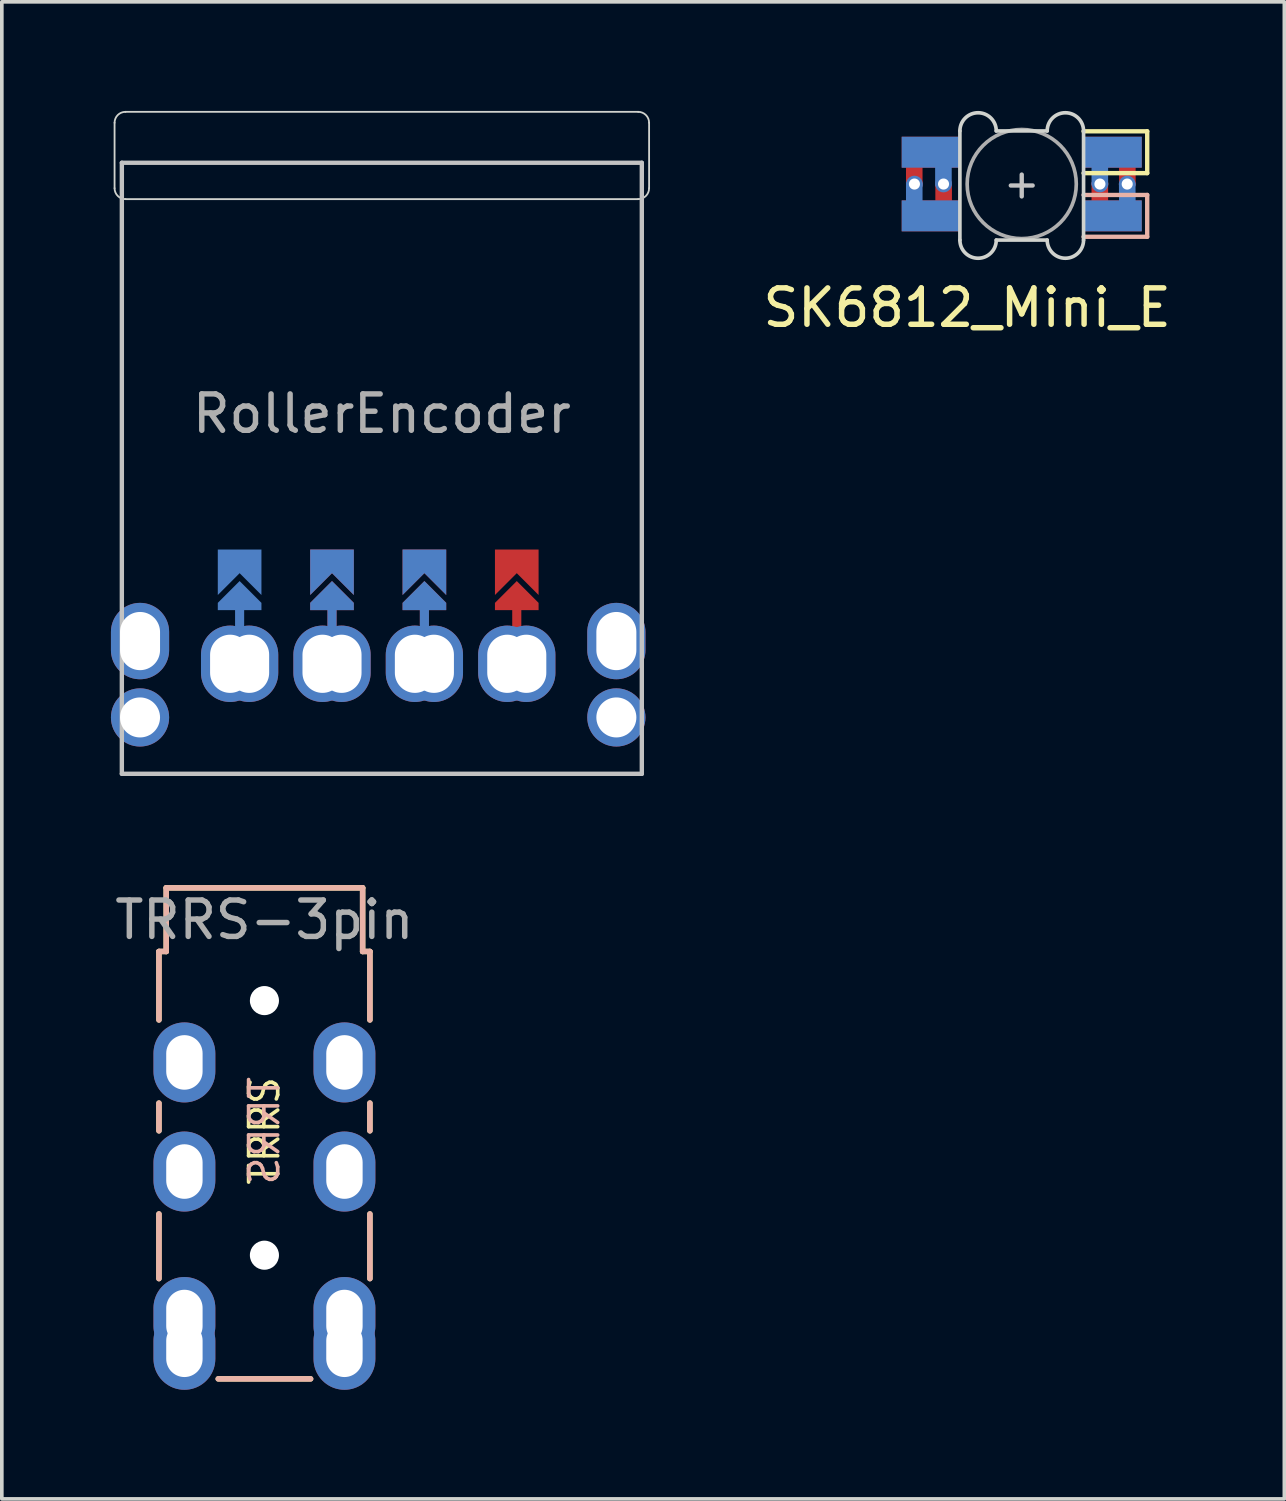
<source format=kicad_pcb>
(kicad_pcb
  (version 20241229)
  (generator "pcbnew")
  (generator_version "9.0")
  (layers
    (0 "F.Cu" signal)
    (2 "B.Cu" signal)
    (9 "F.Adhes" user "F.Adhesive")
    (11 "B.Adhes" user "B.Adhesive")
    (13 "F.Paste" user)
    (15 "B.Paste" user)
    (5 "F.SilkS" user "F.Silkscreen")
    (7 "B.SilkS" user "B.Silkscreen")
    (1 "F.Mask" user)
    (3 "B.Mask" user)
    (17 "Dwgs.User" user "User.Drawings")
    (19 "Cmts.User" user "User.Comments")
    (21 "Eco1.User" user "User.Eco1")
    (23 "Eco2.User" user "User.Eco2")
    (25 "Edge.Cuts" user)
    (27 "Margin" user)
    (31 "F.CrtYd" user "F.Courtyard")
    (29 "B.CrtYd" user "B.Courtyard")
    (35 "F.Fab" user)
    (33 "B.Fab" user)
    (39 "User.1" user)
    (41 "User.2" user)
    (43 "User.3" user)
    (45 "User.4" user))
  (footprint "TRRS-3pin"
    (layer "F.Cu")
    (at 4.22 22.96)
    (property "Reference" "TRRS-3pin" (at 0 -0.72 180) (layer "F.Fab") (effects (font (size 1 1) (thickness 0.15))))
    (fp_line (start -2.9 0.15) (end -2.7 0.15) (stroke (width 0.15) (type solid)) (layer "F.SilkS"))
    (fp_line (start -2.9 2.032) (end -2.9 0.15) (stroke (width 0.15) (type solid)) (layer "F.SilkS"))
    (fp_line (start -2.9 4.318) (end -2.9 5.08) (stroke (width 0.15) (type solid)) (layer "F.SilkS"))
    (fp_line (start -2.9 7.366) (end -2.9 9.144) (stroke (width 0.15) (type solid)) (layer "F.SilkS"))
    (fp_line (start -2.7 0.15) (end -2.7 -1.6) (stroke (width 0.15) (type solid)) (layer "F.SilkS"))
    (fp_line (start 1.27 11.9) (end -1.27 11.9) (stroke (width 0.15) (type solid)) (layer "F.SilkS"))
    (fp_line (start 2.7 -1.6) (end -2.7 -1.6) (stroke (width 0.15) (type solid)) (layer "F.SilkS"))
    (fp_line (start 2.7 0.15) (end 2.7 -1.6) (stroke (width 0.15) (type solid)) (layer "F.SilkS"))
    (fp_line (start 2.7 0.15) (end 2.9 0.15) (stroke (width 0.15) (type solid)) (layer "F.SilkS"))
    (fp_line (start 2.9 2.032) (end 2.9 0.15) (stroke (width 0.15) (type solid)) (layer "F.SilkS"))
    (fp_line (start 2.9 4.318) (end 2.9 5.08) (stroke (width 0.15) (type solid)) (layer "F.SilkS"))
    (fp_line (start 2.9 7.366) (end 2.9 9.144) (stroke (width 0.15) (type solid)) (layer "F.SilkS"))
    (fp_line (start -2.9 0.15) (end -2.9 2.032) (stroke (width 0.15) (type solid)) (layer "B.SilkS"))
    (fp_line (start -2.9 5.08) (end -2.9 4.318) (stroke (width 0.15) (type solid)) (layer "B.SilkS"))
    (fp_line (start -2.9 9.144) (end -2.9 7.366) (stroke (width 0.15) (type solid)) (layer "B.SilkS"))
    (fp_line (start -2.7 -1.6) (end 2.7 -1.6) (stroke (width 0.15) (type solid)) (layer "B.SilkS"))
    (fp_line (start -2.7 0.15) (end -2.9 0.15) (stroke (width 0.15) (type solid)) (layer "B.SilkS"))
    (fp_line (start -2.7 0.15) (end -2.7 -1.6) (stroke (width 0.15) (type solid)) (layer "B.SilkS"))
    (fp_line (start -1.27 11.9) (end 1.27 11.9) (stroke (width 0.15) (type solid)) (layer "B.SilkS"))
    (fp_line (start 2.7 0.15) (end 2.7 -1.6) (stroke (width 0.15) (type solid)) (layer "B.SilkS"))
    (fp_line (start 2.9 0.15) (end 2.7 0.15) (stroke (width 0.15) (type solid)) (layer "B.SilkS"))
    (fp_line (start 2.9 0.15) (end 2.9 2.032) (stroke (width 0.15) (type solid)) (layer "B.SilkS"))
    (fp_line (start 2.9 5.08) (end 2.9 4.318) (stroke (width 0.15) (type solid)) (layer "B.SilkS"))
    (fp_line (start 2.9 9.144) (end 2.9 7.366) (stroke (width 0.15) (type solid)) (layer "B.SilkS"))
    (fp_text user "TRRS" (at 0 5.08 90) (layer "F.SilkS") (effects (font (size 0.8 0.8) (thickness 0.1))))
    (fp_text user "TRRS" (at 0 5.08 90) (layer "B.SilkS") (effects (font (size 0.8 0.8) (thickness 0.1)) (justify mirror)))
    (pad "" np_thru_hole circle (at 0 1.5 180) (size 0.8 0.8) (drill 0.8) (layers "*.Cu" "*.Mask"))
    (pad "" np_thru_hole circle (at 0 8.5 180) (size 0.8 0.8) (drill 0.8) (layers "*.Cu" "*.Mask"))
    (pad "A" thru_hole oval (at -2.2 11.1 180) (size 1.7 2.2) (drill oval 1 1.5) (layers "*.Cu" "*.Mask"))
    (pad "A" thru_hole oval (at 2.2 11.1 180) (size 1.7 2.2) (drill oval 1 1.5) (layers "*.Cu" "*.Mask"))
    (pad "B" thru_hole oval (at -2.2 3.2 180) (size 1.7 2.2) (drill oval 1 1.5) (layers "*.Cu" "*.Mask"))
    (pad "B" thru_hole oval (at 2.2 3.2) (size 1.7 2.2) (drill oval 1 1.5) (layers "*.Cu" "*.Mask"))
    (pad "C" thru_hole oval (at -2.2 6.2 180) (size 1.7 2.2) (drill oval 1 1.5) (layers "*.Cu" "*.Mask"))
    (pad "C" thru_hole oval (at 2.2 6.2) (size 1.7 2.2) (drill oval 1 1.5) (layers "*.Cu" "*.Mask"))
    (pad "D" thru_hole oval (at -2.2 10.2 180) (size 1.7 2.2) (drill oval 1 1.5) (layers "*.Cu" "*.Mask"))
    (pad "D" thru_hole oval (at 2.2 10.2 180) (size 1.7 2.2) (drill oval 1 1.5) (layers "*.Cu" "*.Mask")))
  (footprint "SK6812_Mini_E"
    (layer "F.Cu")
    (at 25.041 1.91)
    (property "Reference" "SK6812_Mini_E" (at -1.5 3.5 180) (layer "F.SilkS") (effects (font (size 1 1) (thickness 0.15))))
    (attr through_hole)
    (fp_poly (pts (xy -3.25 -1.15) (xy -1.75 -1.15) (xy -1.75 -0.4) (xy -3.25 -0.4)) (stroke (width 0.1) (type solid)) (fill yes) (layer "F.Mask"))
    (fp_poly (pts (xy -3.25 0.6) (xy -1.75 0.6) (xy -1.75 1.35) (xy -3.25 1.35)) (stroke (width 0.1) (type solid)) (fill yes) (layer "F.Mask"))
    (fp_poly (pts (xy 1.75 0.6) (xy 3.25 0.6) (xy 3.25 1.35) (xy 1.75 1.35)) (stroke (width 0.1) (type solid)) (fill yes) (layer "F.Mask"))
    (fp_poly (pts (xy 1.75 -1.15) (xy 3 -1.15) (xy 3.25 -0.9) (xy 3.25 -0.4) (xy 1.75 -0.4)) (stroke (width 0.1) (type solid)) (fill yes) (layer "F.Mask"))
    (fp_poly (pts (xy -3.25 -1.15) (xy -1.75 -1.15) (xy -1.75 -0.4) (xy -3.25 -0.4)) (stroke (width 0.1) (type solid)) (fill yes) (layer "B.Mask"))
    (fp_poly (pts (xy -3.25 0.6) (xy -1.75 0.6) (xy -1.75 1.35) (xy -3.25 1.35)) (stroke (width 0.1) (type solid)) (fill yes) (layer "B.Mask"))
    (fp_poly (pts (xy 1.75 -1.15) (xy 3.25 -1.15) (xy 3.25 -0.4) (xy 1.75 -0.4)) (stroke (width 0.1) (type solid)) (fill yes) (layer "B.Mask"))
    (fp_poly (pts (xy 1.75 0.6) (xy 3.25 0.6) (xy 3.25 1.1) (xy 3 1.35) (xy 1.75 1.35)) (stroke (width 0.1) (type solid)) (fill yes) (layer "B.Mask"))
    (fp_line (start 3.45 -1.35) (end 1.7 -1.35) (stroke (width 0.12) (type solid)) (layer "F.SilkS"))
    (fp_line (start 3.45 -0.2) (end 1.7 -0.2) (stroke (width 0.12) (type solid)) (layer "F.SilkS"))
    (fp_line (start 3.45 -0.2) (end 3.45 -1.35) (stroke (width 0.12) (type solid)) (layer "F.SilkS"))
    (fp_line (start 1.7 0.4) (end 3.45 0.4) (stroke (width 0.12) (type solid)) (layer "B.SilkS"))
    (fp_line (start 1.7 1.55) (end 3.45 1.55) (stroke (width 0.12) (type solid)) (layer "B.SilkS"))
    (fp_line (start 3.45 1.55) (end 3.45 0.4) (stroke (width 0.12) (type solid)) (layer "B.SilkS"))
    (fp_line (start -0.3 0.14) (end 0.3 0.14) (stroke (width 0.12) (type solid)) (layer "Dwgs.User"))
    (fp_line (start 0 0.44) (end 0 -0.16) (stroke (width 0.12) (type solid)) (layer "Dwgs.User"))
    (fp_line (start -1.7 -1.36) (end -1.7 1.64) (stroke (width 0.1) (type solid)) (layer "Edge.Cuts"))
    (fp_line (start -0.7 -1.36) (end 0.7 -1.36) (stroke (width 0.1) (type solid)) (layer "Edge.Cuts"))
    (fp_line (start -0.7 1.64) (end 0.7 1.64) (stroke (width 0.1) (type solid)) (layer "Edge.Cuts"))
    (fp_line (start 1.7 1.64) (end 1.7 -1.36) (stroke (width 0.1) (type solid)) (layer "Edge.Cuts"))
    (fp_arc (start -1.7 -1.36) (mid -1.2 -1.86) (end -0.7 -1.36) (stroke (width 0.1) (type solid)) (layer "Edge.Cuts"))
    (fp_arc (start -0.7 1.64) (mid -1.2 2.14) (end -1.7 1.64) (stroke (width 0.1) (type solid)) (layer "Edge.Cuts"))
    (fp_arc (start 0.7 -1.36) (mid 1.2 -1.86) (end 1.7 -1.36) (stroke (width 0.1) (type solid)) (layer "Edge.Cuts"))
    (fp_arc (start 1.7 1.64) (mid 1.2 2.14) (end 0.7 1.64) (stroke (width 0.1) (type solid)) (layer "Edge.Cuts"))
    (fp_circle (center 0 0.1) (end 0 -1.4) (stroke (width 0.1) (type solid)) (fill no) (layer "F.Fab"))
    (pad "1" smd custom (at -2.5 -0.775) (size 1.6 0.85) (layers "B.Cu") (options (anchor rect)) (primitives (gr_poly (pts (xy 0.525 0.896) (xy 0.169 0.896) (xy 0.169 0.325) (xy 0.525 0.325)) (width 0.1) (fill yes))))
    (pad "1" smd custom (at -2.5 0.975) (size 1.6 0.85) (layers "F.Cu") (options (anchor rect)) (primitives (gr_poly (pts (xy 0.531 -0.275) (xy 0.175 -0.275) (xy 0.175 -0.898) (xy 0.531 -0.898)) (width 0.1) (fill yes))))
    (pad "1" thru_hole circle (at -2.15 0.1 180) (size 0.457 0.457) (drill 0.305) (layers "*.Cu"))
    (pad "2" thru_hole circle (at -2.95 0.1 180) (size 0.457 0.457) (drill 0.305) (layers "*.Cu"))
    (pad "2" smd custom (at -2.5 -0.775 180) (size 1.6 0.85) (layers "F.Cu") (options (anchor rect)) (primitives (gr_poly (pts (xy 0.632 -0.296) (xy 0.277 -0.296) (xy 0.277 -0.869) (xy 0.632 -0.869)) (width 0.1) (fill yes))))
    (pad "2" smd custom (at -2.5 0.975 180) (size 1.6 0.85) (layers "B.Cu") (options (anchor rect)) (primitives (gr_poly (pts (xy 0.632 0.888) (xy 0.277 0.888) (xy 0.277 0.325) (xy 0.632 0.325)) (width 0.1) (fill yes))))
    (pad "3" smd custom (at 2.5 -0.775 180) (size 1.6 0.85) (layers "F.Cu") (options (anchor rect)) (primitives (gr_poly (pts (xy -0.226 -0.354) (xy -0.582 -0.354) (xy -0.582 -0.887) (xy -0.226 -0.887)) (width 0.1) (fill yes))))
    (pad "3" smd custom (at 2.5 0.975 180) (size 1.6 0.85) (layers "B.Cu") (options (anchor rect)) (primitives (gr_poly (pts (xy -0.222 0.888) (xy -0.578 0.888) (xy -0.582 0.325) (xy -0.226 0.325)) (width 0.1) (fill yes))))
    (pad "3" thru_hole circle (at 2.9 0.1 180) (size 0.457 0.457) (drill 0.305) (layers "*.Cu"))
    (pad "4" thru_hole circle (at 2.15 0.1 180) (size 0.457 0.457) (drill 0.305) (layers "*.Cu"))
    (pad "4" smd custom (at 2.5 -0.775) (size 1.6 0.85) (layers "B.Cu") (options (anchor rect)) (primitives (gr_poly (pts (xy -0.175 0.886) (xy -0.531 0.886) (xy -0.531 0.175) (xy -0.175 0.175)) (width 0.1) (fill yes))))
    (pad "4" smd custom (at 2.5 0.975) (size 1.6 0.85) (layers "F.Cu") (options (anchor rect)) (primitives (gr_poly (pts (xy -0.175 -0.175) (xy -0.531 -0.178) (xy -0.531 -0.903) (xy -0.175 -0.906)) (width 0.1) (fill yes)))))
  (footprint "RollerEncoder"
    (layer "F.Cu")
    (at 7.348 9.825)
    (property "Reference" "RollerEncoder" (at 0.102 -1.5 0) (layer "F.Fab") (effects (font (size 1 1) (thickness 0.15))))
    (attr through_hole)
    (fp_poly (pts (xy -1.778 2.738) (xy -0.762 2.738) (xy -0.762 3.754) (xy -1.778 3.754)) (stroke (width 0.1) (type solid)) (fill yes) (layer "F.Mask"))
    (fp_poly (pts (xy 0.762 2.738) (xy 1.778 2.738) (xy 1.778 3.754) (xy 0.762 3.754)) (stroke (width 0.1) (type solid)) (fill yes) (layer "F.Mask"))
    (fp_poly (pts (xy 3.302 2.738) (xy 4.318 2.738) (xy 4.318 3.754) (xy 3.302 3.754)) (stroke (width 0.1) (type solid)) (fill yes) (layer "F.Mask"))
    (fp_poly (pts (xy -4.318 2.738) (xy -3.302 2.738) (xy -3.302 3.754) (xy -4.318 3.754)) (stroke (width 0.1) (type solid)) (fill yes) (layer "B.Mask"))
    (fp_poly (pts (xy -1.778 2.738) (xy -0.762 2.738) (xy -0.762 3.754) (xy -1.778 3.754)) (stroke (width 0.1) (type solid)) (fill yes) (layer "B.Mask"))
    (fp_poly (pts (xy 0.762 2.738) (xy 1.778 2.738) (xy 1.778 3.754) (xy 0.762 3.754)) (stroke (width 0.1) (type solid)) (fill yes) (layer "B.Mask"))
    (fp_line (start -7.048 -8.4) (end -7.048 8.4) (stroke (width 0.12) (type solid)) (layer "Dwgs.User"))
    (fp_line (start -7.048 -8.4) (end 7.248 -8.4) (stroke (width 0.12) (type solid)) (layer "Dwgs.User"))
    (fp_line (start 7.248 -8.4) (end 7.248 8.4) (stroke (width 0.12) (type solid)) (layer "Dwgs.User"))
    (fp_line (start 7.248 8.4) (end -7.048 8.4) (stroke (width 0.12) (type solid)) (layer "Dwgs.User"))
    (fp_line (start -7.248 -7.7) (end -7.248 -9.5) (stroke (width 0.05) (type solid)) (layer "Edge.Cuts"))
    (fp_line (start -6.952 -7.4) (end 7.148 -7.4) (stroke (width 0.05) (type solid)) (layer "Edge.Cuts"))
    (fp_line (start 7.148 -9.8) (end -6.948 -9.8) (stroke (width 0.05) (type solid)) (layer "Edge.Cuts"))
    (fp_line (start 7.448 -7.7) (end 7.448 -9.5) (stroke (width 0.05) (type solid)) (layer "Edge.Cuts"))
    (fp_arc (start -7.248 -9.5) (mid -7.160132 -9.712132) (end -6.948 -9.8) (stroke (width 0.05) (type solid)) (layer "Edge.Cuts"))
    (fp_arc (start -6.948 -7.4) (mid -7.160132 -7.487868) (end -7.248 -7.7) (stroke (width 0.05) (type solid)) (layer "Edge.Cuts"))
    (fp_arc (start 7.148 -9.8) (mid 7.360132 -9.712132) (end 7.448 -9.5) (stroke (width 0.05) (type solid)) (layer "Edge.Cuts"))
    (fp_arc (start 7.448 -7.7) (mid 7.360132 -7.487868) (end 7.148 -7.4) (stroke (width 0.05) (type solid)) (layer "Edge.Cuts"))
    (pad "" thru_hole oval (at -4.072 5.375 90) (size 2.1 1.6) (drill oval 1.6 1.1) (layers "*.Cu" "*.Mask"))
    (pad "" smd custom (at -3.81 3.5 180) (size 0.1 0.1) (layers "B.Cu" "B.Mask") (options (anchor rect)) (primitives (gr_poly (pts (xy 0.6 -0.2) (xy 0 0.4) (xy -0.6 -0.2) (xy -0.6 -0.4) (xy 0.6 -0.4)) (width 0) (fill yes))))
    (pad "" smd custom (at -3.81 4.008 180) (size 0.25 1) (layers "B.Cu") (options (anchor rect)) (primitives))
    (pad "" thru_hole oval (at -3.548 5.375 270) (size 2.1 1.6) (drill oval 1.6 1.1) (layers "*.Cu" "*.Mask"))
    (pad "" thru_hole oval (at -1.532 5.375 90) (size 2.1 1.6) (drill oval 1.6 1.1) (layers "*.Cu" "*.Mask"))
    (pad "" smd custom (at -1.27 3.5 180) (size 0.1 0.1) (layers "F.Cu" "F.Mask") (options (anchor rect)) (primitives (gr_poly (pts (xy 0.6 -0.2) (xy 0 0.4) (xy -0.6 -0.2) (xy -0.6 -0.4) (xy 0.6 -0.4)) (width 0) (fill yes))))
    (pad "" smd custom (at -1.27 3.5 180) (size 0.1 0.1) (layers "B.Cu" "B.Mask") (options (anchor rect)) (primitives (gr_poly (pts (xy 0.6 -0.2) (xy 0 0.4) (xy -0.6 -0.2) (xy -0.6 -0.4) (xy 0.6 -0.4)) (width 0) (fill yes))))
    (pad "" smd custom (at -1.27 4.008 180) (size 0.25 1) (layers "F.Cu") (options (anchor rect)) (primitives))
    (pad "" smd custom (at -1.27 4.008 180) (size 0.25 1) (layers "B.Cu") (options (anchor rect)) (primitives))
    (pad "" thru_hole oval (at -1.008 5.375 270) (size 2.1 1.6) (drill oval 1.6 1.1) (layers "*.Cu" "*.Mask"))
    (pad "" thru_hole oval (at 1.008 5.375 90) (size 2.1 1.6) (drill oval 1.6 1.1) (layers "*.Cu" "*.Mask"))
    (pad "" smd custom (at 1.27 3.5 180) (size 0.1 0.1) (layers "F.Cu" "F.Mask") (options (anchor rect)) (primitives (gr_poly (pts (xy 0.6 -0.2) (xy 0 0.4) (xy -0.6 -0.2) (xy -0.6 -0.4) (xy 0.6 -0.4)) (width 0) (fill yes))))
    (pad "" smd custom (at 1.27 3.5 180) (size 0.1 0.1) (layers "B.Cu" "B.Mask") (options (anchor rect)) (primitives (gr_poly (pts (xy 0.6 -0.2) (xy 0 0.4) (xy -0.6 -0.2) (xy -0.6 -0.4) (xy 0.6 -0.4)) (width 0) (fill yes))))
    (pad "" smd custom (at 1.27 4.008 180) (size 0.25 1) (layers "F.Cu") (options (anchor rect)) (primitives))
    (pad "" smd custom (at 1.27 4.008 180) (size 0.25 1) (layers "B.Cu") (options (anchor rect)) (primitives))
    (pad "" thru_hole oval (at 1.532 5.375 270) (size 2.1 1.6) (drill oval 1.6 1.1) (layers "*.Cu" "*.Mask"))
    (pad "" thru_hole oval (at 3.548 5.375 90) (size 2.1 1.6) (drill oval 1.6 1.1) (layers "*.Cu" "*.Mask"))
    (pad "" smd custom (at 3.81 3.5 180) (size 0.1 0.1) (layers "F.Cu" "F.Mask") (options (anchor rect)) (primitives (gr_poly (pts (xy 0.6 -0.2) (xy 0 0.4) (xy -0.6 -0.2) (xy -0.6 -0.4) (xy 0.6 -0.4)) (width 0) (fill yes))))
    (pad "" smd custom (at 3.81 4.008 180) (size 0.25 1) (layers "F.Cu") (options (anchor rect)) (primitives))
    (pad "" thru_hole oval (at 4.072 5.375 270) (size 2.1 1.6) (drill oval 1.6 1.1) (layers "*.Cu" "*.Mask"))
    (pad "A" smd custom (at -3.81 2.484 180) (size 1.2 0.5) (layers "B.Cu" "B.Mask") (options (anchor rect)) (primitives (gr_poly (pts (xy 0.6 0) (xy -0.6 0) (xy -0.6 -1) (xy 0 -0.4) (xy 0.6 -1)) (width 0) (fill yes))))
    (pad "A" smd custom (at 3.81 2.484 180) (size 1.2 0.5) (layers "F.Cu" "F.Mask") (options (anchor rect)) (primitives (gr_poly (pts (xy 0.6 0) (xy -0.6 0) (xy -0.6 -1) (xy 0 -0.4) (xy 0.6 -1)) (width 0) (fill yes))))
    (pad "B" smd custom (at -1.27 2.484 180) (size 1.2 0.5) (layers "B.Cu" "B.Mask") (options (anchor rect)) (primitives (gr_poly (pts (xy 0.6 0) (xy -0.6 0) (xy -0.6 -1) (xy 0 -0.4) (xy 0.6 -1)) (width 0) (fill yes))))
    (pad "B" smd custom (at 1.27 2.484 180) (size 1.2 0.5) (layers "F.Cu" "F.Mask") (options (anchor rect)) (primitives (gr_poly (pts (xy 0.6 0) (xy -0.6 0) (xy -0.6 -1) (xy 0 -0.4) (xy 0.6 -1)) (width 0) (fill yes))))
    (pad "C" smd custom (at -1.27 2.484 180) (size 1.2 0.5) (layers "F.Cu" "F.Mask") (options (anchor rect)) (primitives (gr_poly (pts (xy 0.6 0) (xy -0.6 0) (xy -0.6 -1) (xy 0 -0.4) (xy 0.6 -1)) (width 0) (fill yes))))
    (pad "C" smd custom (at 1.27 2.484 180) (size 1.2 0.5) (layers "B.Cu" "B.Mask") (options (anchor rect)) (primitives (gr_poly (pts (xy 0.6 0) (xy -0.6 0) (xy -0.6 -1) (xy 0 -0.4) (xy 0.6 -1)) (width 0) (fill yes))))
    (pad "S1" thru_hole circle (at -6.548 6.85 90) (size 1.6 1.6) (drill 1.1) (layers "*.Cu" "*.Mask"))
    (pad "S1" thru_hole circle (at 6.548 6.85 270) (size 1.6 1.6) (drill 1.1) (layers "*.Cu" "*.Mask"))
    (pad "S2" thru_hole oval (at -6.548 4.75 90) (size 2.1 1.6) (drill oval 1.6 1.1) (layers "*.Cu" "*.Mask"))
    (pad "S2" thru_hole oval (at 6.548 4.75 270) (size 2.1 1.6) (drill oval 1.6 1.1) (layers "*.Cu" "*.Mask")))
  (gr_rect
    (start -3 -3)
    (end 32.261 38.16)
    (stroke (width 0.1) (type default))
    (fill no)
    (layer "Edge.Cuts")))
</source>
